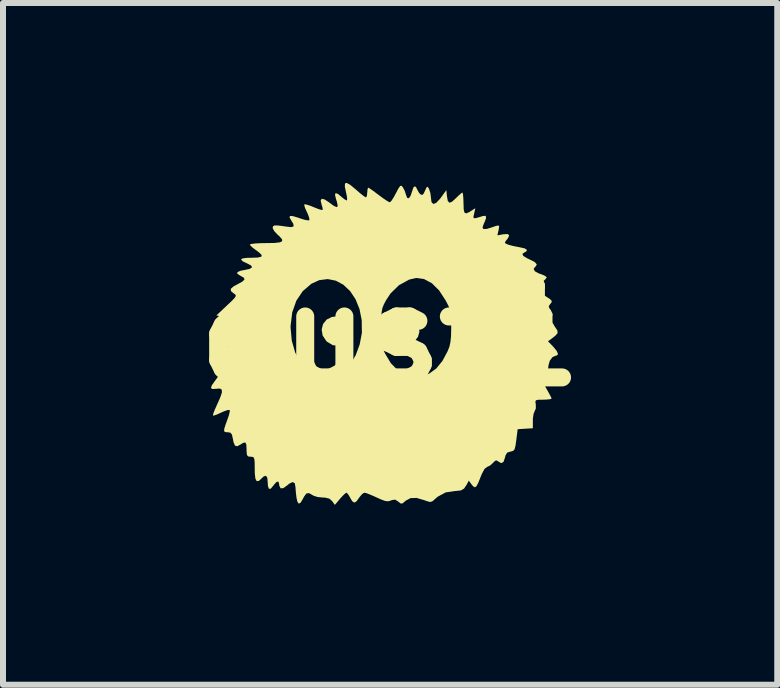
<source format=kicad_pcb>
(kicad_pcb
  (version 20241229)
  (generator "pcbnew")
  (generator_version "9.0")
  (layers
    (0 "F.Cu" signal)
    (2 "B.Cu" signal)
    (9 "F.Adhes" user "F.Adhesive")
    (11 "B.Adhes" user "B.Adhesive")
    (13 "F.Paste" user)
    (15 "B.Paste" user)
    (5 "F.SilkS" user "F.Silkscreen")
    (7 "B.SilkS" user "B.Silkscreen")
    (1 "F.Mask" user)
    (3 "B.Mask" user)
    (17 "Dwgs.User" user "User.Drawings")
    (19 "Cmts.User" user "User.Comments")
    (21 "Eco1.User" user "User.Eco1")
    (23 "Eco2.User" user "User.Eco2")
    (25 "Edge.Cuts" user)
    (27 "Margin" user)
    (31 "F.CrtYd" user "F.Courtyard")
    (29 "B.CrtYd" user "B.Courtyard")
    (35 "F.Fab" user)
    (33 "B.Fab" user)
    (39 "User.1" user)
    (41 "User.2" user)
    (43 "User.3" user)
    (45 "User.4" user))
  (footprint "dust1"
    (layer "F.Cu")
    (at 3.454 2.553)
    (property "Reference" "dust1" (at 0 0 0) (layer "F.SilkS") (effects (font (size 1.524 1.524) (thickness 0.3))))
    (attr board_only exclude_from_pos_files exclude_from_bom)
    (fp_poly (pts (xy -0.797 -0.312) (xy -0.725 -0.264) (xy -0.681 -0.18) (xy -0.664 -0.059) (xy -0.696 0.045) (xy -0.755 0.109) (xy -0.853 0.158) (xy -0.954 0.153) (xy -1.05 0.095) (xy -1.063 0.084) (xy -1.125 -0.009) (xy -1.141 -0.108) (xy -1.118 -0.2) (xy -1.058 -0.275) (xy -0.968 -0.319) (xy -0.905 -0.326)) (stroke (width 0) (type solid)) (fill yes) (layer "F.SilkS"))
    (fp_poly (pts (xy 0.341 -0.321) (xy 0.39 -0.298) (xy 0.431 -0.246) (xy 0.435 -0.238) (xy 0.472 -0.157) (xy 0.489 -0.079) (xy 0.489 -0.073) (xy 0.465 0.013) (xy 0.404 0.091) (xy 0.32 0.146) (xy 0.245 0.163) (xy 0.151 0.139) (xy 0.079 0.084) (xy 0.014 -0.011) (xy 0.004 -0.11) (xy 0.047 -0.212) (xy 0.07 -0.243) (xy 0.127 -0.298) (xy 0.189 -0.322) (xy 0.261 -0.326)) (stroke (width 0) (type solid)) (fill yes) (layer "F.SilkS"))
    (fp_poly (pts (xy -0.66 -2.517) (xy -0.579 -2.45) (xy -0.503 -2.384) (xy -0.441 -2.335) (xy -0.405 -2.312) (xy -0.402 -2.312) (xy -0.387 -2.335) (xy -0.381 -2.392) (xy -0.381 -2.393) (xy -0.376 -2.45) (xy -0.365 -2.475) (xy -0.365 -2.475) (xy -0.337 -2.459) (xy -0.279 -2.419) (xy -0.202 -2.361) (xy -0.19 -2.352) (xy -0.11 -2.293) (xy -0.044 -2.249) (xy -0.007 -2.23) (xy -0.005 -2.23) (xy 0.02 -2.252) (xy 0.059 -2.311) (xy 0.097 -2.382) (xy 0.14 -2.463) (xy 0.168 -2.502) (xy 0.189 -2.507) (xy 0.211 -2.484) (xy 0.245 -2.419) (xy 0.264 -2.358) (xy 0.285 -2.303) (xy 0.314 -2.298) (xy 0.343 -2.341) (xy 0.363 -2.402) (xy 0.388 -2.476) (xy 0.414 -2.499) (xy 0.44 -2.471) (xy 0.448 -2.45) (xy 0.482 -2.389) (xy 0.504 -2.365) (xy 0.534 -2.351) (xy 0.56 -2.376) (xy 0.581 -2.421) (xy 0.607 -2.478) (xy 0.625 -2.49) (xy 0.645 -2.462) (xy 0.649 -2.454) (xy 0.672 -2.383) (xy 0.68 -2.317) (xy 0.69 -2.234) (xy 0.72 -2.202) (xy 0.768 -2.22) (xy 0.833 -2.289) (xy 0.845 -2.305) (xy 0.938 -2.434) (xy 0.947 -2.339) (xy 0.961 -2.256) (xy 0.988 -2.223) (xy 1.033 -2.24) (xy 1.094 -2.296) (xy 1.152 -2.352) (xy 1.194 -2.387) (xy 1.206 -2.393) (xy 1.215 -2.368) (xy 1.221 -2.303) (xy 1.224 -2.216) (xy 1.227 -2.113) (xy 1.24 -2.058) (xy 1.27 -2.045) (xy 1.322 -2.068) (xy 1.35 -2.086) (xy 1.421 -2.132) (xy 1.401 -2.041) (xy 1.39 -1.992) (xy 1.393 -1.967) (xy 1.419 -1.964) (xy 1.479 -1.98) (xy 1.55 -2.002) (xy 1.594 -2.004) (xy 1.601 -1.969) (xy 1.574 -1.896) (xy 1.564 -1.877) (xy 1.541 -1.814) (xy 1.555 -1.784) (xy 1.611 -1.786) (xy 1.687 -1.809) (xy 1.768 -1.837) (xy 1.808 -1.844) (xy 1.819 -1.826) (xy 1.811 -1.779) (xy 1.808 -1.764) (xy 1.789 -1.679) (xy 1.887 -1.697) (xy 1.96 -1.701) (xy 1.986 -1.678) (xy 1.964 -1.629) (xy 1.941 -1.601) (xy 1.913 -1.563) (xy 1.928 -1.541) (xy 1.964 -1.526) (xy 2.033 -1.506) (xy 2.125 -1.487) (xy 2.158 -1.481) (xy 2.243 -1.462) (xy 2.282 -1.437) (xy 2.271 -1.411) (xy 2.244 -1.397) (xy 2.206 -1.37) (xy 2.221 -1.336) (xy 2.288 -1.295) (xy 2.325 -1.278) (xy 2.412 -1.234) (xy 2.446 -1.195) (xy 2.429 -1.162) (xy 2.42 -1.156) (xy 2.393 -1.119) (xy 2.414 -1.08) (xy 2.48 -1.044) (xy 2.502 -1.037) (xy 2.569 -1.011) (xy 2.607 -0.986) (xy 2.611 -0.979) (xy 2.591 -0.949) (xy 2.541 -0.902) (xy 2.515 -0.882) (xy 2.462 -0.836) (xy 2.443 -0.798) (xy 2.462 -0.759) (xy 2.523 -0.71) (xy 2.598 -0.661) (xy 2.666 -0.616) (xy 2.695 -0.586) (xy 2.691 -0.56) (xy 2.673 -0.538) (xy 2.645 -0.498) (xy 2.655 -0.464) (xy 2.677 -0.437) (xy 2.711 -0.367) (xy 2.707 -0.306) (xy 2.708 -0.224) (xy 2.746 -0.157) (xy 2.789 -0.094) (xy 2.793 -0.049) (xy 2.755 -0.005) (xy 2.717 0.025) (xy 2.633 0.087) (xy 2.717 0.174) (xy 2.778 0.248) (xy 2.8 0.3) (xy 2.78 0.325) (xy 2.764 0.326) (xy 2.708 0.351) (xy 2.662 0.412) (xy 2.639 0.494) (xy 2.638 0.515) (xy 2.626 0.603) (xy 2.596 0.692) (xy 2.595 0.694) (xy 2.571 0.751) (xy 2.569 0.795) (xy 2.59 0.849) (xy 2.622 0.905) (xy 2.662 0.977) (xy 2.688 1.028) (xy 2.692 1.043) (xy 2.668 1.053) (xy 2.605 1.059) (xy 2.553 1.061) (xy 2.471 1.062) (xy 2.432 1.071) (xy 2.422 1.096) (xy 2.429 1.138) (xy 2.43 1.208) (xy 2.412 1.248) (xy 2.393 1.294) (xy 2.381 1.37) (xy 2.38 1.409) (xy 2.38 1.537) (xy 2.253 1.545) (xy 2.127 1.553) (xy 2.104 1.735) (xy 2.09 1.832) (xy 2.075 1.888) (xy 2.052 1.914) (xy 2.016 1.925) (xy 2.007 1.926) (xy 1.953 1.943) (xy 1.925 1.988) (xy 1.915 2.028) (xy 1.89 2.1) (xy 1.85 2.119) (xy 1.799 2.087) (xy 1.767 2.071) (xy 1.731 2.097) (xy 1.719 2.112) (xy 1.665 2.16) (xy 1.621 2.18) (xy 1.575 2.214) (xy 1.528 2.302) (xy 1.511 2.344) (xy 1.47 2.448) (xy 1.439 2.505) (xy 1.412 2.522) (xy 1.383 2.503) (xy 1.361 2.477) (xy 1.312 2.411) (xy 1.277 2.477) (xy 1.234 2.542) (xy 1.18 2.574) (xy 1.096 2.583) (xy 1.083 2.583) (xy 0.926 2.607) (xy 0.793 2.679) (xy 0.756 2.711) (xy 0.708 2.753) (xy 0.67 2.767) (xy 0.618 2.754) (xy 0.572 2.737) (xy 0.442 2.699) (xy 0.34 2.702) (xy 0.259 2.746) (xy 0.254 2.751) (xy 0.208 2.79) (xy 0.176 2.792) (xy 0.136 2.76) (xy 0.084 2.727) (xy 0.029 2.735) (xy 0.014 2.742) (xy -0.03 2.755) (xy -0.081 2.75) (xy -0.154 2.723) (xy -0.224 2.691) (xy -0.314 2.651) (xy -0.387 2.622) (xy -0.428 2.611) (xy -0.428 2.611) (xy -0.464 2.632) (xy -0.507 2.682) (xy -0.509 2.685) (xy -0.56 2.756) (xy -0.598 2.777) (xy -0.633 2.752) (xy -0.66 2.705) (xy -0.695 2.645) (xy -0.723 2.612) (xy -0.728 2.611) (xy -0.756 2.63) (xy -0.804 2.678) (xy -0.835 2.713) (xy -0.921 2.815) (xy -0.965 2.753) (xy -1.012 2.711) (xy -1.082 2.694) (xy -1.125 2.692) (xy -1.211 2.683) (xy -1.281 2.66) (xy -1.293 2.652) (xy -1.353 2.618) (xy -1.397 2.626) (xy -1.437 2.681) (xy -1.449 2.706) (xy -1.491 2.777) (xy -1.522 2.795) (xy -1.546 2.76) (xy -1.56 2.699) (xy -1.571 2.609) (xy -1.577 2.529) (xy -1.577 2.524) (xy -1.589 2.454) (xy -1.625 2.434) (xy -1.683 2.462) (xy -1.713 2.488) (xy -1.78 2.536) (xy -1.826 2.538) (xy -1.848 2.494) (xy -1.849 2.473) (xy -1.861 2.428) (xy -1.891 2.43) (xy -1.936 2.479) (xy -1.942 2.488) (xy -1.989 2.544) (xy -2.02 2.548) (xy -2.037 2.499) (xy -2.04 2.449) (xy -2.047 2.363) (xy -2.071 2.328) (xy -2.112 2.344) (xy -2.135 2.367) (xy -2.188 2.415) (xy -2.224 2.419) (xy -2.246 2.378) (xy -2.256 2.288) (xy -2.257 2.216) (xy -2.258 2.113) (xy -2.263 2.052) (xy -2.276 2.022) (xy -2.301 2.013) (xy -2.325 2.012) (xy -2.367 2.007) (xy -2.387 1.982) (xy -2.393 1.923) (xy -2.393 1.89) (xy -2.397 1.808) (xy -2.414 1.774) (xy -2.452 1.782) (xy -2.496 1.81) (xy -2.551 1.838) (xy -2.587 1.826) (xy -2.611 1.767) (xy -2.621 1.714) (xy -2.637 1.643) (xy -2.663 1.611) (xy -2.706 1.604) (xy -2.748 1.601) (xy -2.768 1.585) (xy -2.765 1.546) (xy -2.742 1.473) (xy -2.716 1.402) (xy -2.687 1.319) (xy -2.673 1.256) (xy -2.675 1.232) (xy -2.707 1.233) (xy -2.77 1.255) (xy -2.817 1.276) (xy -2.889 1.309) (xy -2.94 1.326) (xy -2.953 1.326) (xy -2.949 1.297) (xy -2.925 1.233) (xy -2.887 1.147) (xy -2.883 1.139) (xy -2.83 1.019) (xy -2.804 0.939) (xy -2.807 0.893) (xy -2.838 0.875) (xy -2.896 0.879) (xy -2.962 0.883) (xy -2.987 0.866) (xy -2.972 0.821) (xy -2.918 0.744) (xy -2.91 0.734) (xy -2.851 0.652) (xy -2.832 0.602) (xy -2.853 0.576) (xy -2.896 0.571) (xy -2.945 0.563) (xy -2.959 0.535) (xy -2.94 0.481) (xy -2.884 0.397) (xy -2.839 0.338) (xy -2.713 0.177) (xy -2.791 0.168) (xy -2.871 0.149) (xy -2.899 0.116) (xy -2.875 0.07) (xy -2.874 0.069) (xy -2.794 -0.018) (xy -2.724 -0.106) (xy -2.704 -0.137) (xy -1.659 -0.137) (xy -1.639 0.078) (xy -1.583 0.273) (xy -1.495 0.441) (xy -1.378 0.572) (xy -1.315 0.618) (xy -1.246 0.655) (xy -1.179 0.672) (xy -1.092 0.674) (xy -1.038 0.671) (xy -0.925 0.657) (xy -0.843 0.63) (xy -0.769 0.582) (xy -0.766 0.58) (xy -0.66 0.467) (xy -0.572 0.316) (xy -0.507 0.14) (xy -0.472 -0.044) (xy -0.47 -0.061) (xy -0.472 -0.15) (xy -0.15 -0.15) (xy -0.148 -0.007) (xy -0.141 0.095) (xy -0.128 0.174) (xy -0.105 0.243) (xy -0.087 0.286) (xy 0.012 0.452) (xy 0.132 0.575) (xy 0.267 0.653) (xy 0.414 0.682) (xy 0.566 0.661) (xy 0.652 0.626) (xy 0.77 0.541) (xy 0.873 0.414) (xy 0.957 0.257) (xy 0.988 0.18) (xy 1.006 0.101) (xy 1.016 0.002) (xy 1.019 -0.133) (xy 1.019 -0.15) (xy 1.018 -0.277) (xy 1.013 -0.367) (xy 0.999 -0.437) (xy 0.973 -0.503) (xy 0.932 -0.583) (xy 0.927 -0.592) (xy 0.817 -0.761) (xy 0.696 -0.881) (xy 0.567 -0.95) (xy 0.432 -0.968) (xy 0.32 -0.942) (xy 0.148 -0.848) (xy 0.007 -0.71) (xy -0.069 -0.594) (xy -0.105 -0.526) (xy -0.128 -0.467) (xy -0.141 -0.401) (xy -0.148 -0.315) (xy -0.15 -0.193) (xy -0.15 -0.15) (xy -0.472 -0.15) (xy -0.473 -0.264) (xy -0.51 -0.45) (xy -0.576 -0.614) (xy -0.667 -0.75) (xy -0.778 -0.855) (xy -0.904 -0.923) (xy -1.04 -0.95) (xy -1.182 -0.932) (xy -1.312 -0.872) (xy -1.457 -0.748) (xy -1.564 -0.588) (xy -1.632 -0.394) (xy -1.659 -0.169) (xy -1.659 -0.137) (xy -2.704 -0.137) (xy -2.673 -0.184) (xy -2.647 -0.24) (xy -2.647 -0.256) (xy -2.681 -0.285) (xy -2.748 -0.312) (xy -2.779 -0.32) (xy -2.896 -0.344) (xy -2.721 -0.509) (xy -2.638 -0.587) (xy -2.59 -0.638) (xy -2.572 -0.669) (xy -2.578 -0.69) (xy -2.604 -0.709) (xy -2.606 -0.71) (xy -2.654 -0.75) (xy -2.656 -0.788) (xy -2.61 -0.828) (xy -2.543 -0.864) (xy -2.46 -0.91) (xy -2.427 -0.944) (xy -2.44 -0.974) (xy -2.488 -1.001) (xy -2.545 -1.036) (xy -2.547 -1.065) (xy -2.495 -1.088) (xy -2.435 -1.1) (xy -2.341 -1.12) (xy -2.302 -1.145) (xy -2.316 -1.175) (xy -2.375 -1.207) (xy -2.457 -1.246) (xy -2.486 -1.275) (xy -2.462 -1.294) (xy -2.385 -1.304) (xy -2.314 -1.305) (xy -2.205 -1.309) (xy -2.147 -1.323) (xy -2.141 -1.35) (xy -2.183 -1.393) (xy -2.244 -1.438) (xy -2.303 -1.483) (xy -2.336 -1.519) (xy -2.339 -1.526) (xy -2.313 -1.536) (xy -2.245 -1.544) (xy -2.146 -1.549) (xy -2.067 -1.55) (xy -1.929 -1.552) (xy -1.841 -1.562) (xy -1.8 -1.58) (xy -1.801 -1.612) (xy -1.841 -1.659) (xy -1.876 -1.691) (xy -1.929 -1.747) (xy -1.957 -1.797) (xy -1.958 -1.806) (xy -1.951 -1.832) (xy -1.923 -1.845) (xy -1.864 -1.843) (xy -1.765 -1.83) (xy -1.734 -1.825) (xy -1.647 -1.816) (xy -1.608 -1.83) (xy -1.613 -1.87) (xy -1.648 -1.927) (xy -1.677 -1.979) (xy -1.668 -2.003) (xy -1.617 -1.999) (xy -1.522 -1.97) (xy -1.51 -1.965) (xy -1.427 -1.939) (xy -1.367 -1.928) (xy -1.345 -1.933) (xy -1.348 -1.969) (xy -1.371 -2.034) (xy -1.388 -2.069) (xy -1.419 -2.138) (xy -1.432 -2.185) (xy -1.43 -2.196) (xy -1.4 -2.194) (xy -1.335 -2.174) (xy -1.276 -2.15) (xy -1.198 -2.119) (xy -1.143 -2.103) (xy -1.125 -2.102) (xy -1.125 -2.133) (xy -1.142 -2.19) (xy -1.158 -2.26) (xy -1.14 -2.289) (xy -1.09 -2.277) (xy -1.021 -2.231) (xy -0.938 -2.17) (xy -0.889 -2.149) (xy -0.873 -2.169) (xy -0.885 -2.233) (xy -0.901 -2.282) (xy -0.919 -2.355) (xy -0.907 -2.384) (xy -0.865 -2.367) (xy -0.816 -2.325) (xy -0.762 -2.281) (xy -0.725 -2.262) (xy -0.719 -2.263) (xy -0.716 -2.297) (xy -0.727 -2.362) (xy -0.734 -2.393) (xy -0.755 -2.492) (xy -0.752 -2.545) (xy -0.721 -2.553)) (stroke (width 0) (type solid)) (fill yes) (layer "F.SilkS")))
  (gr_rect
    (start -3 -3)
    (end 9.909 8.367)
    (stroke (width 0.1) (type default))
    (fill no)
    (layer "Edge.Cuts")))
</source>
